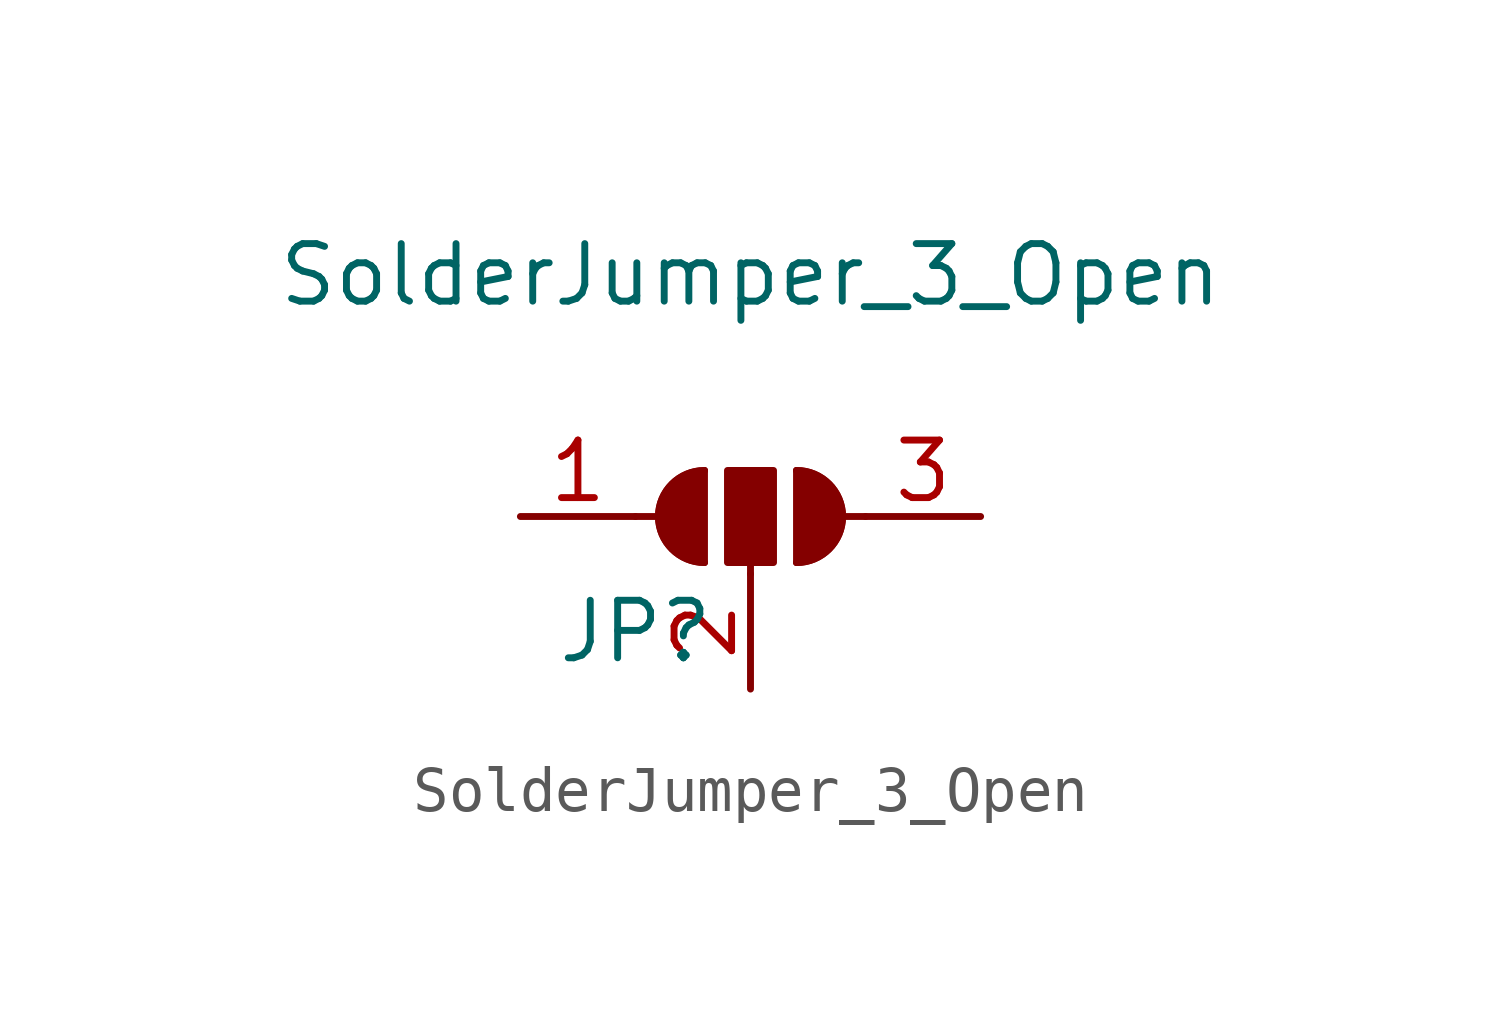
<source format=kicad_sym>
(kicad_symbol_lib
  (version 20231120)
  (generator "kicad_symbol_editor")
  (generator_version "8.0")
  (symbol "SolderJumper_3_Open"
    (pin_names
      (offset 0) hide)
    (property "Reference" "JP"
      (at -2.54 -2.54 0)
      (effects (font (size 1.27 1.27))))
    (property "Value" "SolderJumper_3_Open"
      (at 0 5.334 0)
      (effects (font (size 1.27 1.27))))
    (symbol "SolderJumper_3_Open_0_1"
      (arc (start -1.016 1.016) (mid -2.0276 0) (end -1.016 -1.016) (stroke (width 0) (type default)) (fill (type none)))
      (arc (start -1.016 1.016) (mid -2.0276 0) (end -1.016 -1.016) (stroke (width 0) (type default)) (fill (type outline)))
      (rectangle (start -0.508 1.016) (end 0.508 -1.016) (stroke (width 0) (type default)) (fill (type outline)))
      (polyline (pts (xy -2.54 0) (xy -2.032 0)) (stroke (width 0) (type default)) (fill (type none)))
      (polyline (pts (xy -1.016 1.016) (xy -1.016 -1.016)) (stroke (width 0) (type default)) (fill (type none)))
      (polyline (pts (xy 0 -1.27) (xy 0 -1.016)) (stroke (width 0) (type default)) (fill (type none)))
      (polyline (pts (xy 1.016 1.016) (xy 1.016 -1.016)) (stroke (width 0) (type default)) (fill (type none)))
      (polyline (pts (xy 2.54 0) (xy 2.032 0)) (stroke (width 0) (type default)) (fill (type none)))
      (arc (start 1.016 -1.016) (mid 2.0276 0) (end 1.016 1.016) (stroke (width 0) (type default)) (fill (type none)))
      (arc (start 1.016 -1.016) (mid 2.0276 0) (end 1.016 1.016) (stroke (width 0) (type default)) (fill (type outline))))
    (symbol "SolderJumper_3_Open_1_1"
      (pin passive line (at -5.08 0 0) (length 2.54) (name "A" (effects (font (size 1.27 1.27)))) (number "1" (effects (font (size 1.27 1.27)))))
      (pin passive line (at 0 -3.81 90) (length 2.54) (name "C" (effects (font (size 1.27 1.27)))) (number "2" (effects (font (size 1.27 1.27)))))
      (pin passive line (at 5.08 0 180) (length 2.54) (name "B" (effects (font (size 1.27 1.27)))) (number "3" (effects (font (size 1.27 1.27))))))))
</source>
